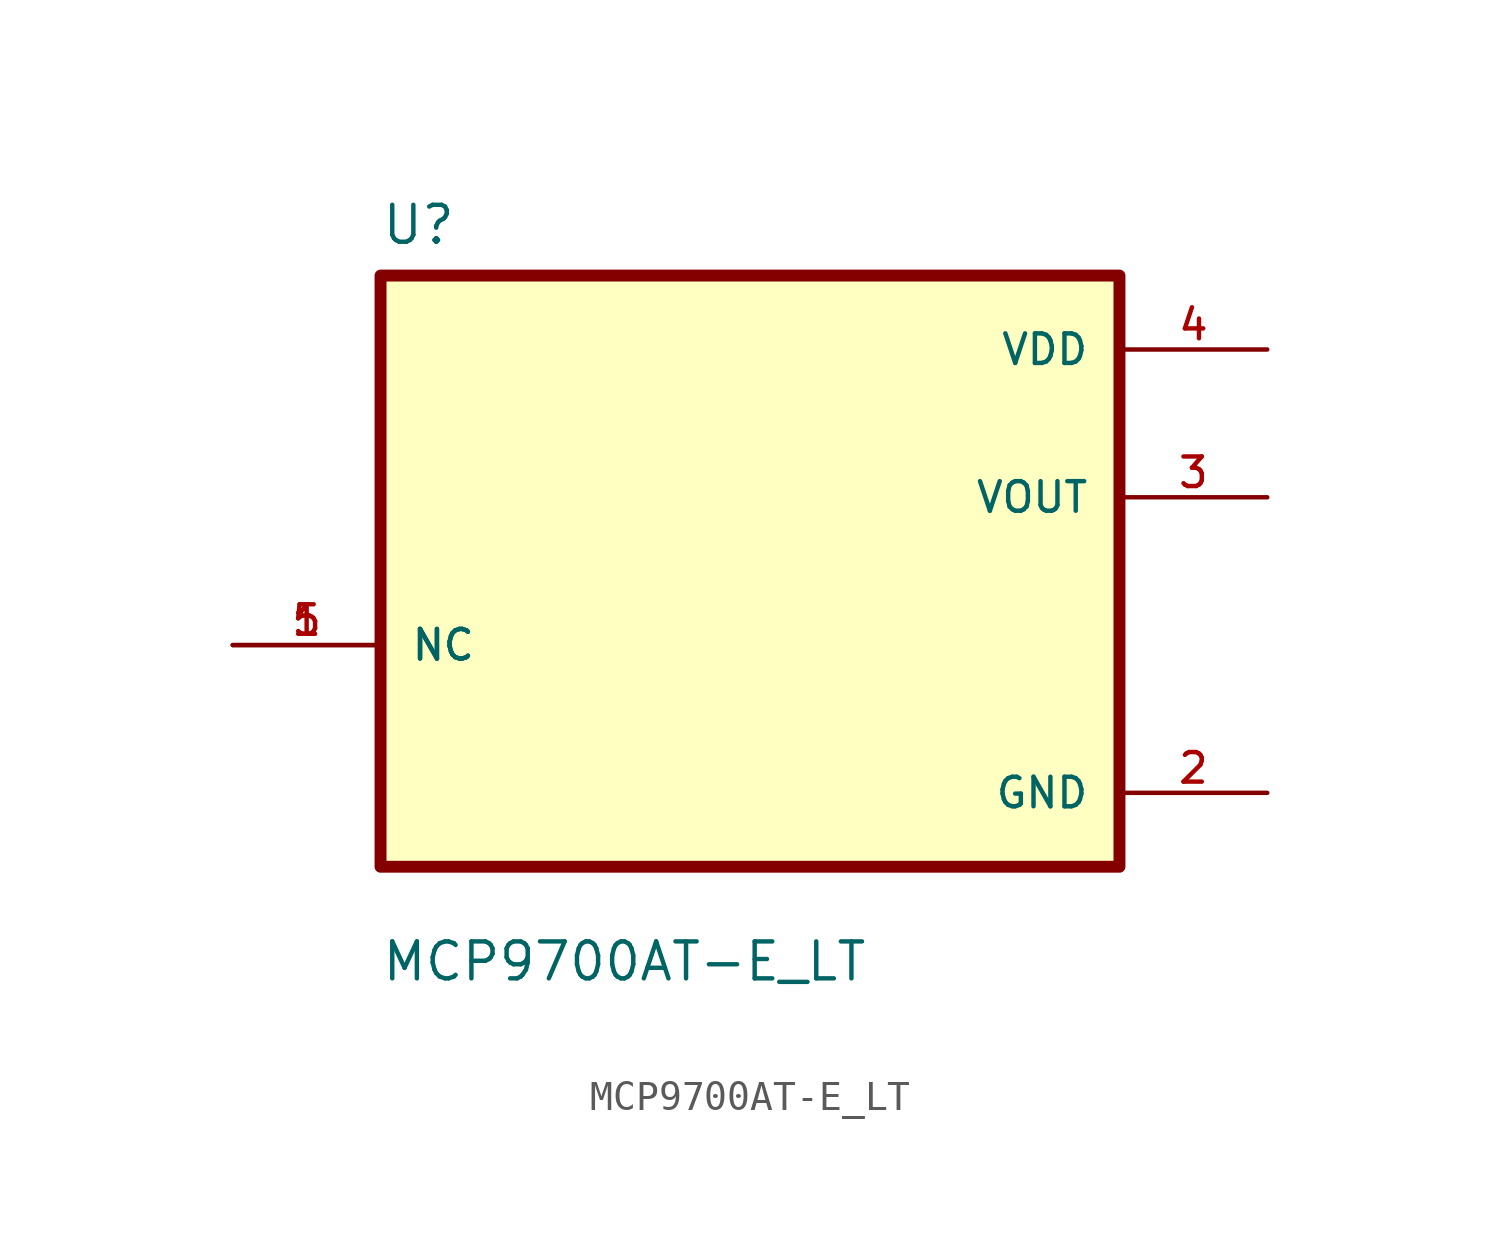
<source format=kicad_sym>
(kicad_symbol_lib
  (version 20211014)
  (generator kicad_symbol_editor)
  (symbol "MCP9700AT-E_LT"
    (pin_names
      (offset 1.016))
    (property "Reference" "U"
      (at -12.7 11.16 0.0)
      (effects (font (size 1.27 1.27)) (justify bottom left)))
    (property "Value" "MCP9700AT-E_LT"
      (at -12.7 -14.16 0.0)
      (effects (font (size 1.27 1.27)) (justify bottom left)))
    (symbol "MCP9700AT-E_LT_0_0"
      (rectangle (start -12.7 -10.16) (end 12.7 10.16) (stroke (width 0.41)) (fill (type background)))
      (pin bidirectional line (at -17.78 -2.54 0) (length 5.08) (name "NC" (effects (font (size 1.016 1.016)))) (number "5" (effects (font (size 1.016 1.016)))))
      (pin bidirectional line (at -17.78 -2.54 0) (length 5.08) (name "NC" (effects (font (size 1.016 1.016)))) (number "1" (effects (font (size 1.016 1.016)))))
      (pin power_in line (at 17.78 7.62 180.0) (length 5.08) (name "VDD" (effects (font (size 1.016 1.016)))) (number "4" (effects (font (size 1.016 1.016)))))
      (pin output line (at 17.78 2.54 180.0) (length 5.08) (name "VOUT" (effects (font (size 1.016 1.016)))) (number "3" (effects (font (size 1.016 1.016)))))
      (pin power_in line (at 17.78 -7.62 180.0) (length 5.08) (name "GND" (effects (font (size 1.016 1.016)))) (number "2" (effects (font (size 1.016 1.016))))))))
</source>
